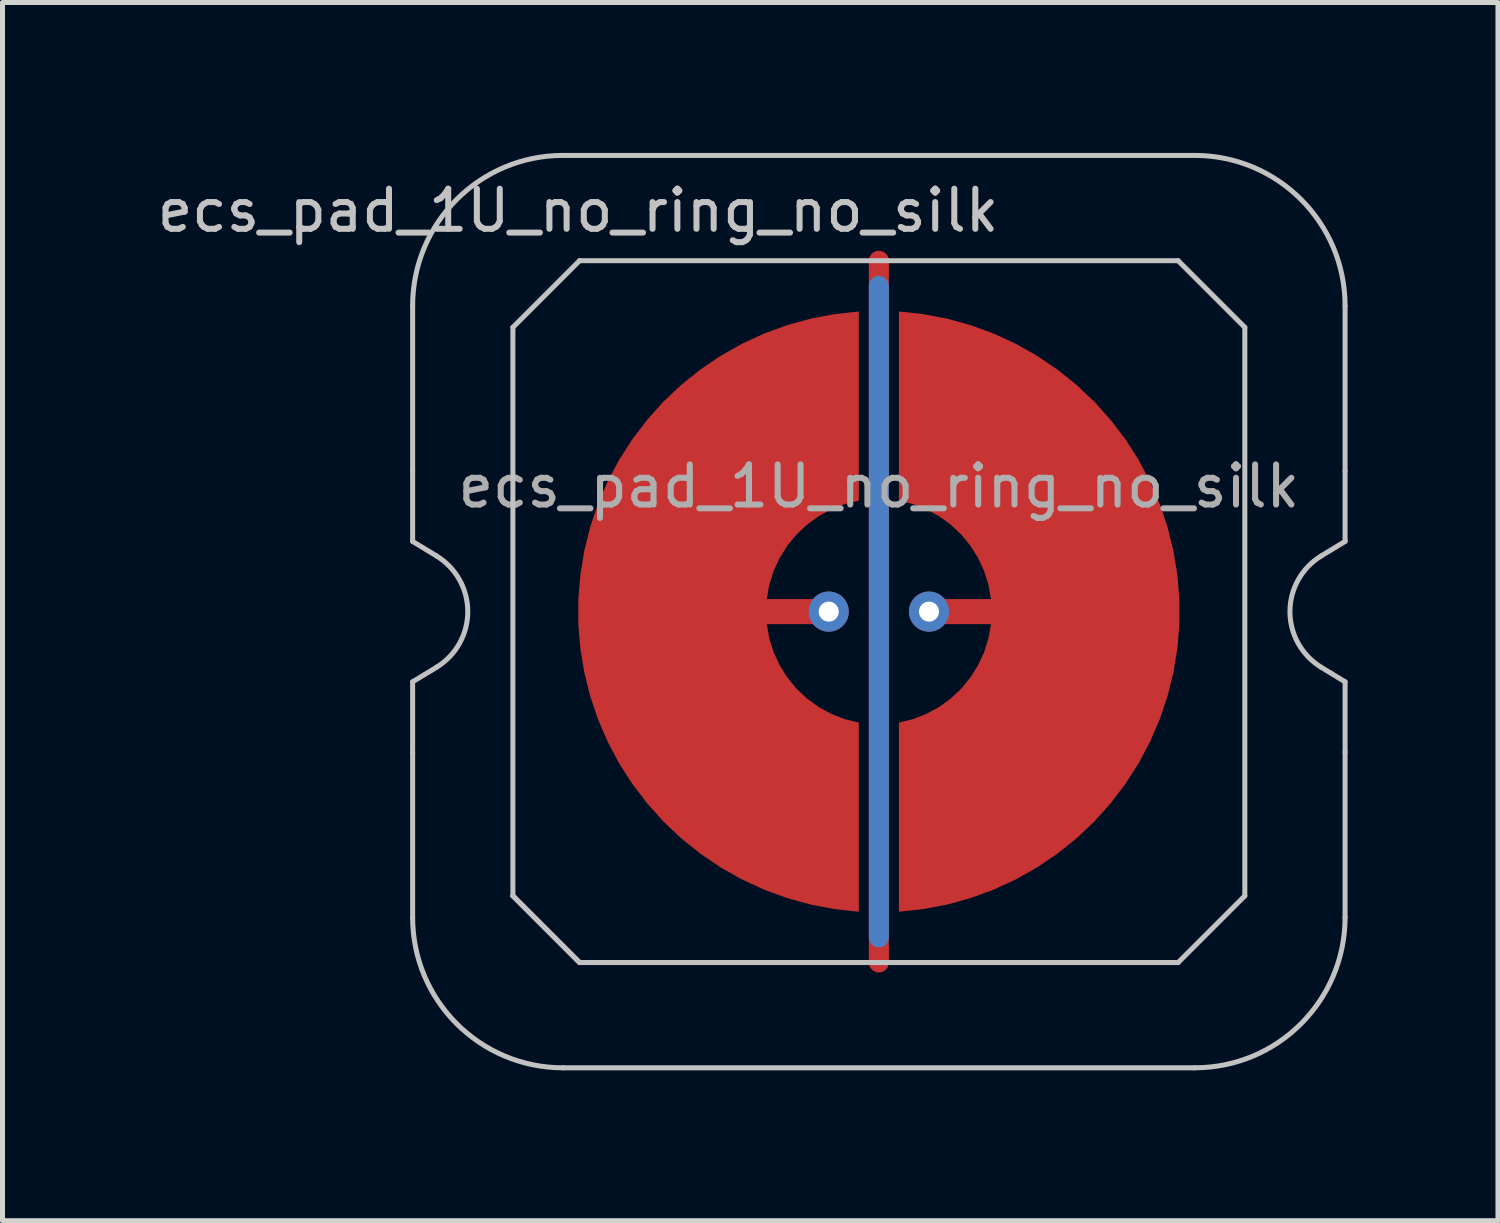
<source format=kicad_pcb>
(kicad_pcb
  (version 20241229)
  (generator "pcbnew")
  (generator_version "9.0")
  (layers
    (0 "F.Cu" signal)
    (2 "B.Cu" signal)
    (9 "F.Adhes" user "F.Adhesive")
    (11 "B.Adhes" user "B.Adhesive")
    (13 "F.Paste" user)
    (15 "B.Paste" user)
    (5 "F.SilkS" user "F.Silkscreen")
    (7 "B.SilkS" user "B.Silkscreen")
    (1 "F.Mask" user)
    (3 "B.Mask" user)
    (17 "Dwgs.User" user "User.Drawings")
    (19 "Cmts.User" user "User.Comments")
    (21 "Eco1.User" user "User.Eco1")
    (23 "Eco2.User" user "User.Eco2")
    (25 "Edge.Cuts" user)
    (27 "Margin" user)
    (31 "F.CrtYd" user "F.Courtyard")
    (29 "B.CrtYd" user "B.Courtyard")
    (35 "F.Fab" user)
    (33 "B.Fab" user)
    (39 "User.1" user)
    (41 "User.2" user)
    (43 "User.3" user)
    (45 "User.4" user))
  (footprint "ecs_pad_1U_no_ring_no_silk"
    (layer "F.Cu")
    (at 14.481 9.15)
    (property "Reference" "ecs_pad_1U_no_ring_no_silk" (at -6 -8 0) (layer "Dwgs.User") (effects (font (size 0.8 0.8) (thickness 0.12))))
    (attr smd)
    (fp_line (start -9.3 -2.805) (end -9.3 -6.1) (stroke (width 0.1) (type solid)) (layer "Dwgs.User"))
    (fp_line (start -9.3 -1.4) (end -9.3 -2.805) (stroke (width 0.1) (type solid)) (layer "Dwgs.User"))
    (fp_line (start -9.3 1.4) (end -8.824 1.111) (stroke (width 0.1) (type solid)) (layer "Dwgs.User"))
    (fp_line (start -9.3 2.805) (end -9.3 1.4) (stroke (width 0.1) (type solid)) (layer "Dwgs.User"))
    (fp_line (start -9.3 6.1) (end -9.3 2.805) (stroke (width 0.1) (type solid)) (layer "Dwgs.User"))
    (fp_line (start -8.824 -1.111) (end -9.3 -1.4) (stroke (width 0.1) (type solid)) (layer "Dwgs.User"))
    (fp_line (start -7.3 -5.67) (end -5.97 -7) (stroke (width 0.1) (type solid)) (layer "Dwgs.User"))
    (fp_line (start -7.3 5.67) (end -7.3 -5.67) (stroke (width 0.1) (type solid)) (layer "Dwgs.User"))
    (fp_line (start -7.3 5.67) (end -5.97 7) (stroke (width 0.1) (type solid)) (layer "Dwgs.User"))
    (fp_line (start -6.3 -9.1) (end 6.3 -9.1) (stroke (width 0.1) (type solid)) (layer "Dwgs.User"))
    (fp_line (start -5.97 -7) (end 5.97 -7) (stroke (width 0.1) (type solid)) (layer "Dwgs.User"))
    (fp_line (start -5.97 7) (end -7.3 5.67) (stroke (width 0.1) (type solid)) (layer "Dwgs.User"))
    (fp_line (start 5.97 -7) (end 7.3 -5.67) (stroke (width 0.1) (type solid)) (layer "Dwgs.User"))
    (fp_line (start 5.97 7) (end -5.97 7) (stroke (width 0.1) (type solid)) (layer "Dwgs.User"))
    (fp_line (start 6.3 9.1) (end -6.3 9.1) (stroke (width 0.1) (type solid)) (layer "Dwgs.User"))
    (fp_line (start 7.3 -5.67) (end 7.3 5.67) (stroke (width 0.1) (type solid)) (layer "Dwgs.User"))
    (fp_line (start 7.3 5.67) (end 5.97 7) (stroke (width 0.1) (type solid)) (layer "Dwgs.User"))
    (fp_line (start 8.824 1.111) (end 9.3 1.4) (stroke (width 0.1) (type solid)) (layer "Dwgs.User"))
    (fp_line (start 9.3 -6.1) (end 9.3 -2.805) (stroke (width 0.1) (type solid)) (layer "Dwgs.User"))
    (fp_line (start 9.3 -2.805) (end 9.3 -1.4) (stroke (width 0.1) (type solid)) (layer "Dwgs.User"))
    (fp_line (start 9.3 -1.4) (end 8.824 -1.111) (stroke (width 0.1) (type solid)) (layer "Dwgs.User"))
    (fp_line (start 9.3 1.4) (end 9.3 2.805) (stroke (width 0.1) (type solid)) (layer "Dwgs.User"))
    (fp_line (start 9.3 2.805) (end 9.3 6.1) (stroke (width 0.1) (type solid)) (layer "Dwgs.User"))
    (fp_arc (start -9.3 -6.1) (mid -8.42132 -8.22132) (end -6.3 -9.1) (stroke (width 0.1) (type solid)) (layer "Dwgs.User"))
    (fp_arc (start -8.824333 -1.110619) (mid -8.2 0) (end -8.824333 1.110619) (stroke (width 0.1) (type solid)) (layer "Dwgs.User"))
    (fp_arc (start -6.3 9.1) (mid -8.42132 8.22132) (end -9.3 6.1) (stroke (width 0.1) (type solid)) (layer "Dwgs.User"))
    (fp_arc (start 6.3 -9.1) (mid 8.42132 -8.22132) (end 9.3 -6.1) (stroke (width 0.1) (type solid)) (layer "Dwgs.User"))
    (fp_arc (start 8.824333 1.110619) (mid 8.2 0) (end 8.824333 -1.110619) (stroke (width 0.1) (type solid)) (layer "Dwgs.User"))
    (fp_arc (start 9.3 6.1) (mid 8.42132 8.22132) (end 6.3 9.1) (stroke (width 0.1) (type solid)) (layer "Dwgs.User"))
    (fp_text user "${REFERENCE}" (at 0 -2.5 0) (layer "F.Fab") (effects (font (size 0.8 0.8) (thickness 0.12))))
    (pad "1" smd custom (at -1 0) (size 0.4 0.4) (layers "F.Cu") (options (anchor circle)) (primitives (gr_poly (pts (xy 0.6 -2.214) (xy 0.32 -2.145) (xy 0.052 -2.041) (xy -0.201 -1.903) (xy -0.434 -1.734) (xy -0.644 -1.536) (xy -0.826 -1.314) (xy -0.979 -1.07) (xy -1.1 -0.808) (xy -1.186 -0.534) (xy -1.236 -0.25) (xy 0 -0.25) (xy 0.096 -0.231) (xy 0.177 -0.177) (xy 0.231 -0.096) (xy 0.25 0) (xy 0.231 0.096) (xy 0.177 0.177) (xy 0.096 0.231) (xy 0 0.25) (xy -1.236 0.25) (xy -1.186 0.534) (xy -1.1 0.808) (xy -0.979 1.07) (xy -0.826 1.314) (xy -0.644 1.536) (xy -0.434 1.734) (xy -0.201 1.903) (xy 0.052 2.041) (xy 0.32 2.145) (xy 0.6 2.214) (xy 0.6 5.987) (xy 0.115 5.934) (xy -0.364 5.843) (xy -0.834 5.713) (xy -1.292 5.545) (xy -1.735 5.341) (xy -2.159 5.101) (xy -2.563 4.827) (xy -2.943 4.522) (xy -3.298 4.187) (xy -3.623 3.824) (xy -3.919 3.436) (xy -4.182 3.025) (xy -4.41 2.594) (xy -4.603 2.147) (xy -4.759 1.684) (xy -4.876 1.211) (xy -4.955 0.73) (xy -4.995 0.244) (xy -4.995 -0.244) (xy -4.955 -0.73) (xy -4.876 -1.211) (xy -4.759 -1.684) (xy -4.603 -2.147) (xy -4.41 -2.594) (xy -4.182 -3.025) (xy -3.919 -3.436) (xy -3.623 -3.824) (xy -3.298 -4.187) (xy -2.943 -4.522) (xy -2.563 -4.827) (xy -2.159 -5.101) (xy -1.735 -5.341) (xy -1.292 -5.545) (xy -0.834 -5.713) (xy -0.364 -5.843) (xy 0.115 -5.934) (xy 0.6 -5.987)) (width 0) (fill yes))))
    (pad "1" thru_hole circle (at -1 0) (size 0.8 0.8) (drill 0.4) (layers "*.Cu"))
    (pad "2" smd custom (at 1 0 180) (size 0.4 0.4) (layers "F.Cu") (options (anchor circle)) (primitives (gr_poly (pts (xy 0.6 -2.214) (xy 0.32 -2.145) (xy 0.052 -2.041) (xy -0.201 -1.903) (xy -0.434 -1.734) (xy -0.644 -1.536) (xy -0.826 -1.314) (xy -0.979 -1.07) (xy -1.1 -0.808) (xy -1.186 -0.534) (xy -1.236 -0.25) (xy 0 -0.25) (xy 0.096 -0.231) (xy 0.177 -0.177) (xy 0.231 -0.096) (xy 0.25 0) (xy 0.231 0.096) (xy 0.177 0.177) (xy 0.096 0.231) (xy 0 0.25) (xy -1.236 0.25) (xy -1.186 0.534) (xy -1.1 0.808) (xy -0.979 1.07) (xy -0.826 1.314) (xy -0.644 1.536) (xy -0.434 1.734) (xy -0.201 1.903) (xy 0.052 2.041) (xy 0.32 2.145) (xy 0.6 2.214) (xy 0.6 5.987) (xy 0.115 5.934) (xy -0.364 5.843) (xy -0.834 5.713) (xy -1.292 5.545) (xy -1.735 5.341) (xy -2.159 5.101) (xy -2.563 4.827) (xy -2.943 4.522) (xy -3.298 4.187) (xy -3.623 3.824) (xy -3.919 3.436) (xy -4.182 3.025) (xy -4.41 2.594) (xy -4.603 2.147) (xy -4.759 1.684) (xy -4.876 1.211) (xy -4.955 0.73) (xy -4.995 0.244) (xy -4.995 -0.244) (xy -4.955 -0.73) (xy -4.876 -1.211) (xy -4.759 -1.684) (xy -4.603 -2.147) (xy -4.41 -2.594) (xy -4.182 -3.025) (xy -3.919 -3.436) (xy -3.623 -3.824) (xy -3.298 -4.187) (xy -2.943 -4.522) (xy -2.563 -4.827) (xy -2.159 -5.101) (xy -1.735 -5.341) (xy -1.292 -5.545) (xy -0.834 -5.713) (xy -0.364 -5.843) (xy 0.115 -5.934) (xy 0.6 -5.987)) (width 0) (fill yes))))
    (pad "2" thru_hole circle (at 1 0) (size 0.8 0.8) (drill 0.4) (layers "*.Cu"))
    (pad "3" smd custom (at 0 0) (size 0.4 0.4) (layers "F.Cu") (options (anchor rect)) (primitives (gr_line (start 0 -7) (end 0 7) (width 0.4))))
    (pad "3" smd custom (at 0 0) (size 0.4 0.4) (layers "B.Cu") (options (anchor rect)) (primitives (gr_line (start 0 -6.5) (end 0 6.5) (width 0.4))))
    (zone (net_name "") (layer "F.Cu") (hatch edge 0.508) (connect_pads) (min_thickness 0.254) (filled_areas_thickness no) (keepout (tracks allowed) (vias allowed) (pads allowed) (copperpour not_allowed) (footprints allowed)) (placement (enabled no)) (fill) (polygon (pts (xy 21.486 9.15) (xy 21.467 8.637) (xy 21.411 8.127) (xy 21.317 7.622) (xy 21.187 7.125) (xy 21.021 6.64) (xy 20.819 6.167) (xy 20.584 5.711) (xy 20.315 5.274) (xy 20.016 4.857) (xy 19.687 4.463) (xy 19.329 4.094) (xy 18.946 3.753) (xy 18.539 3.44) (xy 18.11 3.158) (xy 17.661 2.909) (xy 17.195 2.692) (xy 16.715 2.511) (xy 16.223 2.365) (xy 15.721 2.256) (xy 15.213 2.183) (xy 14.701 2.149) (xy 14.188 2.151) (xy 13.676 2.192) (xy 13.168 2.269) (xy 12.668 2.384) (xy 12.177 2.535) (xy 11.699 2.721) (xy 11.236 2.942) (xy 10.79 3.197) (xy 10.364 3.483) (xy 9.96 3.8) (xy 9.58 4.145) (xy 9.226 4.518) (xy 8.901 4.915) (xy 8.606 5.335) (xy 8.343 5.775) (xy 8.112 6.234) (xy 7.915 6.708) (xy 7.754 7.196) (xy 7.629 7.694) (xy 7.541 8.199) (xy 7.49 8.71) (xy 7.476 9.223) (xy 7.501 9.736) (xy 7.562 10.246) (xy 7.661 10.75) (xy 7.797 11.245) (xy 7.968 11.729) (xy 8.174 12.199) (xy 8.415 12.652) (xy 8.687 13.087) (xy 8.991 13.501) (xy 9.325 13.891) (xy 9.686 14.256) (xy 10.073 14.594) (xy 10.483 14.902) (xy 10.915 15.179) (xy 11.366 15.424) (xy 11.834 15.636) (xy 12.316 15.812) (xy 12.81 15.953) (xy 13.313 16.057) (xy 13.822 16.124) (xy 14.334 16.153) (xy 14.848 16.145) (xy 15.359 16.1) (xy 15.866 16.017) (xy 16.365 15.897) (xy 16.854 15.741) (xy 17.33 15.549) (xy 17.791 15.323) (xy 18.234 15.064) (xy 18.657 14.774) (xy 19.058 14.453) (xy 19.434 14.103) (xy 19.784 13.727) (xy 20.105 13.326) (xy 20.395 12.903) (xy 20.654 12.46) (xy 20.88 11.999) (xy 21.072 11.523) (xy 21.228 11.034) (xy 21.348 10.535) (xy 21.431 10.028) (xy 21.476 9.517))))
    (zone (net_name "") (layer "B.Cu") (hatch edge 0.508) (connect_pads) (min_thickness 0.254) (filled_areas_thickness no) (keepout (tracks allowed) (vias allowed) (pads allowed) (copperpour not_allowed) (footprints allowed)) (placement (enabled no)) (fill) (polygon (pts (xy 21.039 9.15) (xy 21.019 8.635) (xy 20.958 8.124) (xy 20.858 7.619) (xy 20.718 7.123) (xy 20.54 6.64) (xy 20.324 6.173) (xy 20.073 5.723) (xy 19.787 5.295) (xy 19.468 4.891) (xy 19.118 4.513) (xy 18.74 4.163) (xy 18.336 3.844) (xy 17.908 3.558) (xy 17.458 3.307) (xy 16.991 3.091) (xy 16.508 2.913) (xy 16.012 2.773) (xy 15.507 2.672) (xy 14.996 2.612) (xy 14.481 2.592) (xy 13.966 2.612) (xy 13.455 2.672) (xy 12.95 2.773) (xy 12.454 2.913) (xy 11.971 3.091) (xy 11.504 3.307) (xy 11.054 3.558) (xy 10.626 3.844) (xy 10.222 4.163) (xy 9.844 4.513) (xy 9.494 4.891) (xy 9.175 5.295) (xy 8.889 5.723) (xy 8.638 6.173) (xy 8.422 6.64) (xy 8.244 7.123) (xy 8.104 7.619) (xy 8.003 8.124) (xy 7.943 8.635) (xy 7.923 9.15) (xy 7.943 9.665) (xy 8.003 10.176) (xy 8.104 10.681) (xy 8.244 11.177) (xy 8.422 11.66) (xy 8.638 12.127) (xy 8.889 12.577) (xy 9.175 13.005) (xy 9.494 13.409) (xy 9.844 13.787) (xy 10.222 14.137) (xy 10.626 14.456) (xy 11.054 14.742) (xy 11.504 14.993) (xy 11.971 15.209) (xy 12.454 15.387) (xy 12.95 15.527) (xy 13.455 15.628) (xy 13.966 15.688) (xy 14.481 15.708) (xy 14.996 15.688) (xy 15.507 15.628) (xy 16.012 15.527) (xy 16.508 15.387) (xy 16.991 15.209) (xy 17.458 14.993) (xy 17.908 14.742) (xy 18.336 14.456) (xy 18.74 14.137) (xy 19.118 13.787) (xy 19.468 13.409) (xy 19.787 13.005) (xy 20.073 12.577) (xy 20.324 12.127) (xy 20.54 11.66) (xy 20.718 11.177) (xy 20.858 10.681) (xy 20.958 10.176) (xy 21.019 9.665)))))
  (gr_rect
    (start -3 -3)
    (end 26.831 21.3)
    (stroke (width 0.1) (type default))
    (fill no)
    (layer "Edge.Cuts")))
</source>
